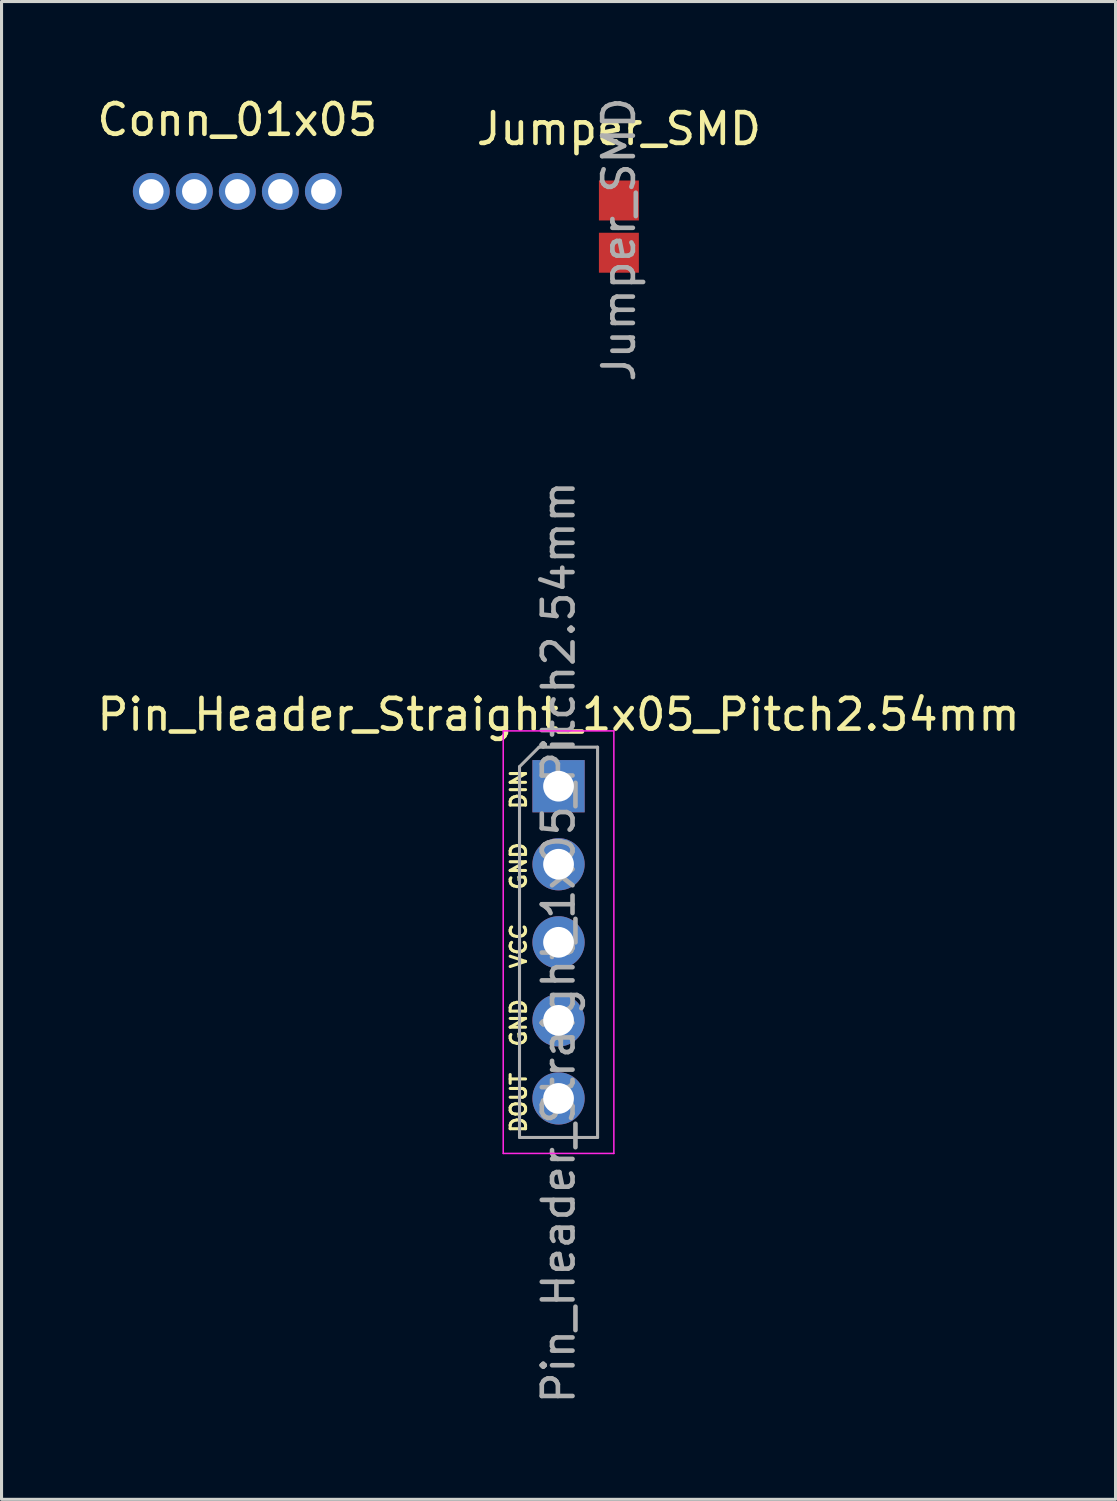
<source format=kicad_pcb>
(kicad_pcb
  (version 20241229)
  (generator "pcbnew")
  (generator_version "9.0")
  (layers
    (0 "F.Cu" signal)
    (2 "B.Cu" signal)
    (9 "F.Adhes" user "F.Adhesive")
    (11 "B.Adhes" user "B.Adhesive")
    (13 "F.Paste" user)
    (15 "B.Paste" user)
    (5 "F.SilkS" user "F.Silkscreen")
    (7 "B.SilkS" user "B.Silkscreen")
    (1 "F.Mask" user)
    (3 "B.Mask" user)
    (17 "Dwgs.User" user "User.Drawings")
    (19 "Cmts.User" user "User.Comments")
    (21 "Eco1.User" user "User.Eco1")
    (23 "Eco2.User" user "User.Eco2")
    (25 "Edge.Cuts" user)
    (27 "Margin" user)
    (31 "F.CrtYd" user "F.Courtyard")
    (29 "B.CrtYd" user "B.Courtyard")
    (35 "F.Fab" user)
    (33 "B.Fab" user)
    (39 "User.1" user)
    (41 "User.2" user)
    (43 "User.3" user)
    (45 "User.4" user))
  (footprint "Conn_01x05"
    (layer "F.Cu")
    (at 4.673 3.178)
    (property "Reference" "Conn_01x05" (at 0 -2.33 0) (layer "F.SilkS") (effects (font (size 1 1) (thickness 0.15))))
    (attr through_hole)
    (pad "1" thru_hole circle (at -2.8 0) (size 1.2 1.2) (drill 0.8) (layers "*.Cu" "*.Mask"))
    (pad "2" thru_hole circle (at -1.4 0) (size 1.2 1.2) (drill 0.8) (layers "*.Cu" "*.Mask"))
    (pad "3" thru_hole circle (at 0 0) (size 1.2 1.2) (drill 0.8) (layers "*.Cu" "*.Mask"))
    (pad "4" thru_hole circle (at 1.4 0) (size 1.2 1.2) (drill 0.8) (layers "*.Cu" "*.Mask"))
    (pad "5" thru_hole circle (at 2.8 0) (size 1.2 1.2) (drill 0.8) (layers "*.Cu" "*.Mask")))
  (footprint "Jumper_SMD"
    (layer "F.Cu")
    (at 17.089 3.474)
    (property "Reference" "Jumper_SMD" (at 0 -2.33 0) (layer "F.SilkS") (effects (font (size 1 1) (thickness 0.15))))
    (attr through_hole)
    (fp_text user "${REFERENCE}" (at 0 1.27 90) (layer "F.Fab") (effects (font (size 1 1) (thickness 0.15))))
    (pad "1" smd rect (at 0 0) (size 1.3 1.3) (layers "F.Cu" "F.Mask" "F.Paste"))
    (pad "2" smd rect (at 0 1.7) (size 1.3 1.3) (layers "F.Cu" "F.Mask" "F.Paste")))
  (footprint "Pin_Header_Straight_1x05_Pitch2.54mm"
    (layer "F.Cu")
    (at 15.125 22.533)
    (property "Reference" "Pin_Header_Straight_1x05_Pitch2.54mm" (at 0 -2.33 0) (layer "F.SilkS") (effects (font (size 1 1) (thickness 0.15))))
    (attr through_hole)
    (fp_line (start -1.8 -1.8) (end -1.8 11.95) (stroke (width 0.05) (type solid)) (layer "F.CrtYd"))
    (fp_line (start -1.8 11.95) (end 1.8 11.95) (stroke (width 0.05) (type solid)) (layer "F.CrtYd"))
    (fp_line (start 1.8 -1.8) (end -1.8 -1.8) (stroke (width 0.05) (type solid)) (layer "F.CrtYd"))
    (fp_line (start 1.8 11.95) (end 1.8 -1.8) (stroke (width 0.05) (type solid)) (layer "F.CrtYd"))
    (fp_line (start -1.27 -0.635) (end -0.635 -1.27) (stroke (width 0.1) (type solid)) (layer "F.Fab"))
    (fp_line (start -1.27 11.43) (end -1.27 -0.635) (stroke (width 0.1) (type solid)) (layer "F.Fab"))
    (fp_line (start -0.635 -1.27) (end 1.27 -1.27) (stroke (width 0.1) (type solid)) (layer "F.Fab"))
    (fp_line (start 1.27 -1.27) (end 1.27 11.43) (stroke (width 0.1) (type solid)) (layer "F.Fab"))
    (fp_line (start 1.27 11.43) (end -1.27 11.43) (stroke (width 0.1) (type solid)) (layer "F.Fab"))
    (fp_text user "GND" (at -1.3 2.6 90) (layer "F.SilkS") (effects (font (size 0.5 0.5) (thickness 0.1))))
    (fp_text user "DIN" (at -1.3 0.1 90) (layer "F.SilkS") (effects (font (size 0.5 0.5) (thickness 0.1))))
    (fp_text user "VCC" (at -1.3 5.2 90) (layer "F.SilkS") (effects (font (size 0.5 0.5) (thickness 0.1))))
    (fp_text user "DOUT" (at -1.3 10.3 90) (layer "F.SilkS") (effects (font (size 0.5 0.5) (thickness 0.1))))
    (fp_text user "GND" (at -1.3 7.7 90) (layer "F.SilkS") (effects (font (size 0.5 0.5) (thickness 0.1))))
    (fp_text user "${REFERENCE}" (at 0 5.08 90) (layer "F.Fab") (effects (font (size 1 1) (thickness 0.15))))
    (pad "1" thru_hole rect (at 0 0) (size 1.7 1.7) (drill 1) (layers "*.Cu" "*.Mask"))
    (pad "2" thru_hole oval (at 0 2.54) (size 1.7 1.7) (drill 1) (layers "*.Cu" "*.Mask"))
    (pad "3" thru_hole oval (at 0 5.08) (size 1.7 1.7) (drill 1) (layers "*.Cu" "*.Mask"))
    (pad "4" thru_hole oval (at 0 7.62) (size 1.7 1.7) (drill 1) (layers "*.Cu" "*.Mask"))
    (pad "5" thru_hole oval (at 0 10.16) (size 1.7 1.7) (drill 1) (layers "*.Cu" "*.Mask")))
  (gr_rect
    (start -3 -3)
    (end 33.25 45.738)
    (stroke (width 0.1) (type default))
    (fill no)
    (layer "Edge.Cuts")))
</source>
